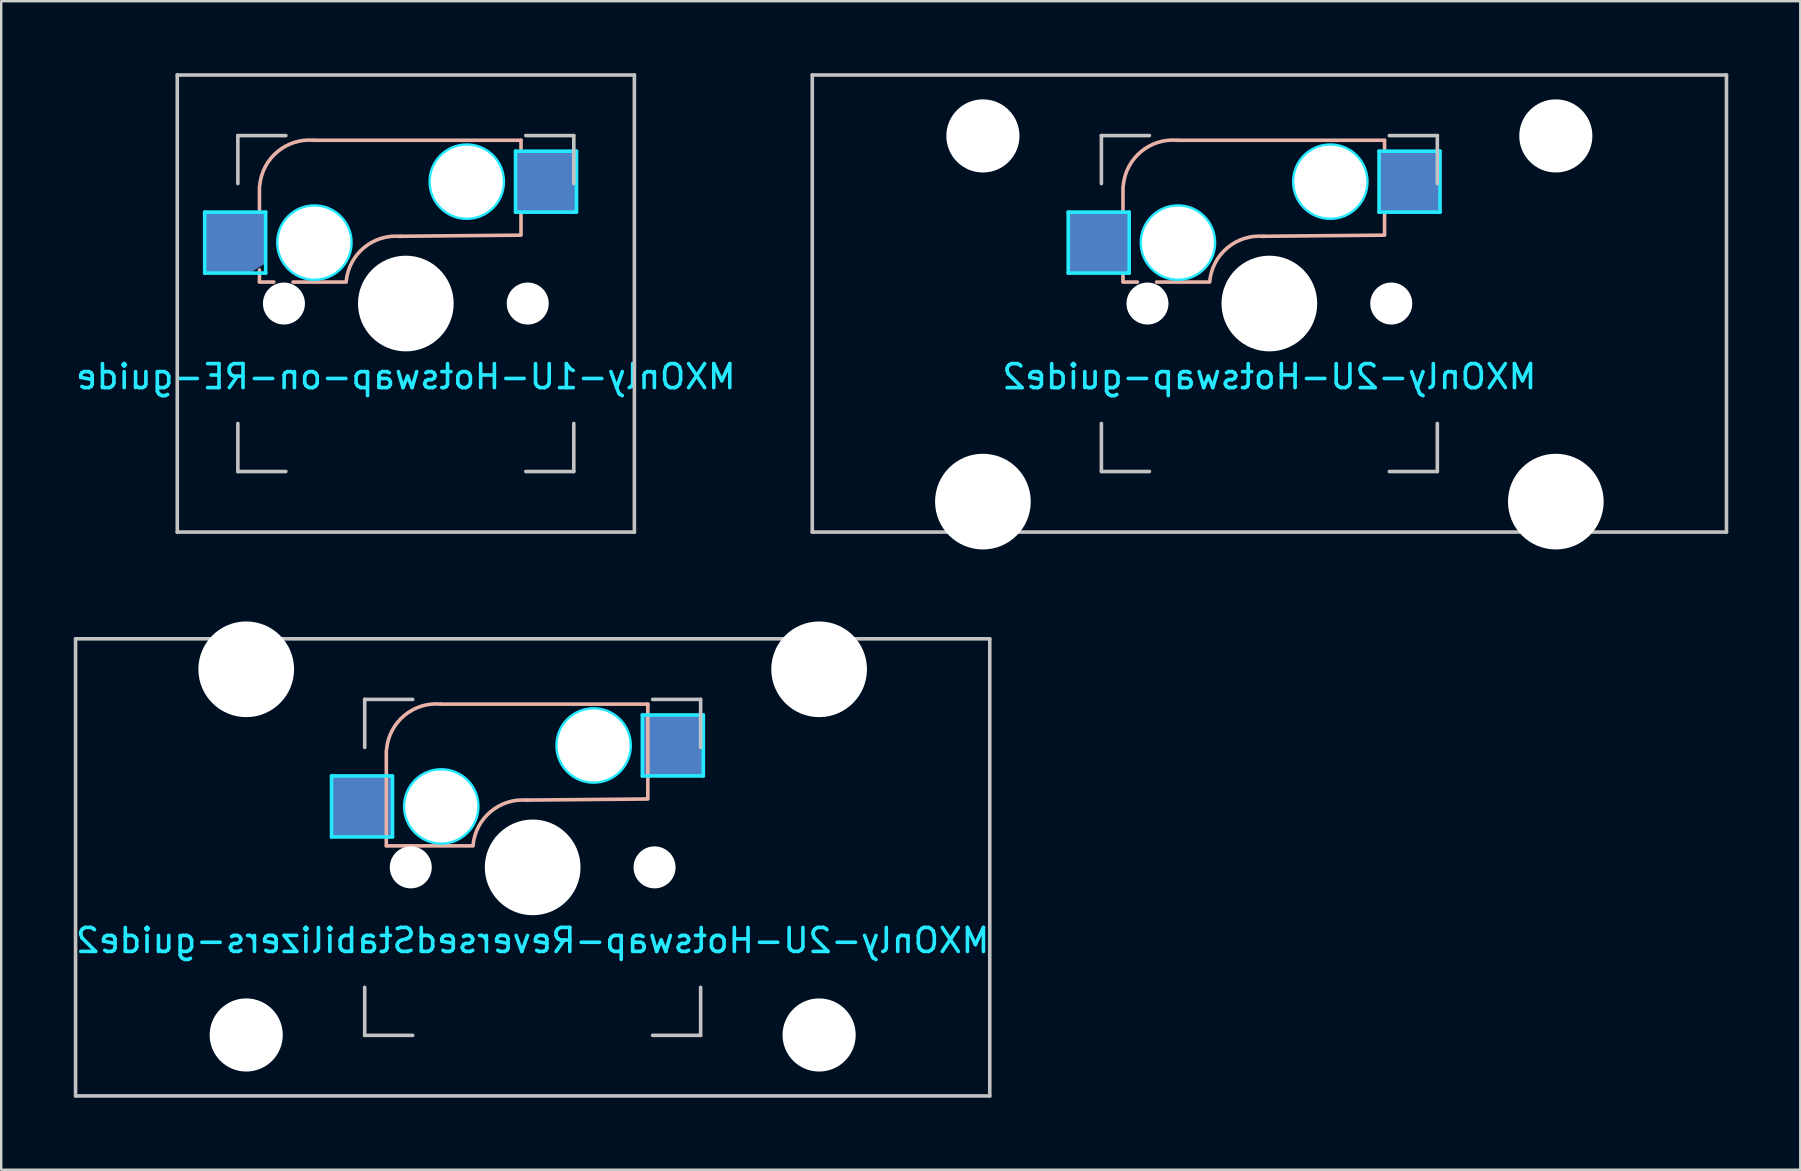
<source format=kicad_pcb>
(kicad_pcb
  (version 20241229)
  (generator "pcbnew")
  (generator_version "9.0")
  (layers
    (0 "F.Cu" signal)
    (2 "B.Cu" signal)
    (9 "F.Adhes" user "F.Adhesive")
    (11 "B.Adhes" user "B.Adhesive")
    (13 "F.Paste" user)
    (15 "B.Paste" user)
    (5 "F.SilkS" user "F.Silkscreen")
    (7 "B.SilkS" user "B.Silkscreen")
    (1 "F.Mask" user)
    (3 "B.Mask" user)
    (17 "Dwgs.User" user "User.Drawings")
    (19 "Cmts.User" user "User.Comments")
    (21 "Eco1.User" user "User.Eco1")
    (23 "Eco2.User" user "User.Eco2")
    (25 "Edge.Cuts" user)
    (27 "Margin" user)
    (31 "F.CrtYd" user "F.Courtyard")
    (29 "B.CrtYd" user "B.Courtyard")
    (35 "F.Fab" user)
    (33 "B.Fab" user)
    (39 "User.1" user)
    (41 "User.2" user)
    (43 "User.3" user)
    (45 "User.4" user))
  (footprint "MXOnly-2U-Hotswap-guide2"
    (layer "F.Cu")
    (at 49.851 9.6)
    (property "Reference" "MXOnly-2U-Hotswap-guide2" (at 0 3.048 0) (layer "B.CrtYd") (effects (font (size 1 1) (thickness 0.15)) (justify mirror)))
    (attr smd)
    (fp_line (start -6.1 -4.85) (end -6.1 -3.9) (stroke (width 0.15) (type solid)) (layer "B.SilkS"))
    (fp_line (start -6.1 -1.2) (end -6.1 -0.905) (stroke (width 0.15) (type solid)) (layer "B.SilkS"))
    (fp_line (start -6.1 -0.896) (end -5.5 -0.896) (stroke (width 0.15) (type solid)) (layer "B.SilkS"))
    (fp_line (start -4.7 -0.896) (end -2.49 -0.896) (stroke (width 0.15) (type solid)) (layer "B.SilkS"))
    (fp_line (start 4.8 -6.804) (end -3.825 -6.804) (stroke (width 0.15) (type solid)) (layer "B.SilkS"))
    (fp_line (start 4.8 -6.45) (end 4.8 -6.804) (stroke (width 0.15) (type solid)) (layer "B.SilkS"))
    (fp_line (start 4.8 -2.896) (end 4.8 -3.7) (stroke (width 0.15) (type solid)) (layer "B.SilkS"))
    (fp_line (start 4.8 -2.85) (end -0.25 -2.804) (stroke (width 0.15) (type solid)) (layer "B.SilkS"))
    (fp_arc (start -6.089 -4.92) (mid -5.347189 -6.33089) (end -3.825 -6.804) (stroke (width 0.15) (type solid)) (layer "B.SilkS"))
    (fp_arc (start -2.485 -0.92) (mid -1.744361 -2.328061) (end -0.225 -2.8) (stroke (width 0.15) (type solid)) (layer "B.SilkS"))
    (fp_line (start -19.05 -9.525) (end 19.05 -9.525) (stroke (width 0.15) (type solid)) (layer "Dwgs.User"))
    (fp_line (start -19.05 9.525) (end -19.05 -9.525) (stroke (width 0.15) (type solid)) (layer "Dwgs.User"))
    (fp_line (start -7 -7) (end -7 -5) (stroke (width 0.15) (type solid)) (layer "Dwgs.User"))
    (fp_line (start -7 5) (end -7 7) (stroke (width 0.15) (type solid)) (layer "Dwgs.User"))
    (fp_line (start -7 7) (end -5 7) (stroke (width 0.15) (type solid)) (layer "Dwgs.User"))
    (fp_line (start -5 -7) (end -7 -7) (stroke (width 0.15) (type solid)) (layer "Dwgs.User"))
    (fp_line (start 5 -7) (end 7 -7) (stroke (width 0.15) (type solid)) (layer "Dwgs.User"))
    (fp_line (start 5 7) (end 7 7) (stroke (width 0.15) (type solid)) (layer "Dwgs.User"))
    (fp_line (start 7 -7) (end 7 -5) (stroke (width 0.15) (type solid)) (layer "Dwgs.User"))
    (fp_line (start 7 7) (end 7 5) (stroke (width 0.15) (type solid)) (layer "Dwgs.User"))
    (fp_line (start 19.05 -9.525) (end 19.05 9.525) (stroke (width 0.15) (type solid)) (layer "Dwgs.User"))
    (fp_line (start 19.05 9.525) (end -19.05 9.525) (stroke (width 0.15) (type solid)) (layer "Dwgs.User"))
    (fp_rect (start -14.986 -9.144) (end -8.89 9.144) (stroke (width 0.12) (type solid)) (fill no) (layer "Eco1.User"))
    (fp_rect (start 8.89 -9.144) (end 14.986 9.144) (stroke (width 0.12) (type solid)) (fill no) (layer "Eco1.User"))
    (fp_line (start -8.382 -3.81) (end -5.842 -3.81) (stroke (width 0.15) (type solid)) (layer "B.CrtYd"))
    (fp_line (start -8.382 -1.27) (end -8.382 -3.81) (stroke (width 0.15) (type solid)) (layer "B.CrtYd"))
    (fp_line (start -5.842 -3.81) (end -5.842 -1.27) (stroke (width 0.15) (type solid)) (layer "B.CrtYd"))
    (fp_line (start -5.842 -1.27) (end -8.382 -1.27) (stroke (width 0.15) (type solid)) (layer "B.CrtYd"))
    (fp_line (start 4.572 -6.35) (end 7.112 -6.35) (stroke (width 0.15) (type solid)) (layer "B.CrtYd"))
    (fp_line (start 4.572 -3.81) (end 4.572 -6.35) (stroke (width 0.15) (type solid)) (layer "B.CrtYd"))
    (fp_line (start 7.112 -6.35) (end 7.112 -3.81) (stroke (width 0.15) (type solid)) (layer "B.CrtYd"))
    (fp_line (start 7.112 -3.81) (end 4.572 -3.81) (stroke (width 0.15) (type solid)) (layer "B.CrtYd"))
    (fp_circle (center -3.81 -2.54) (end -3.81 -4.064) (stroke (width 0.15) (type solid)) (fill no) (layer "B.CrtYd"))
    (fp_circle (center 2.54 -5.08) (end 2.54 -6.604) (stroke (width 0.15) (type solid)) (fill no) (layer "B.CrtYd"))
    (pad "" np_thru_hole circle (at -11.938 -6.985) (size 3.048 3.048) (drill 3.048) (layers "*.Cu" "*.Mask"))
    (pad "" np_thru_hole circle (at -11.938 8.255) (size 3.988 3.988) (drill 3.988) (layers "*.Cu" "*.Mask"))
    (pad "" np_thru_hole circle (at -5.08 0 48.1) (size 1.75 1.75) (drill 1.75) (layers "*.Cu" "*.Mask"))
    (pad "" np_thru_hole circle (at -3.81 -2.54) (size 3 3) (drill 3) (layers "*.Cu" "*.Mask"))
    (pad "" np_thru_hole circle (at 0 0) (size 3.988 3.988) (drill 3.988) (layers "*.Cu" "*.Mask"))
    (pad "" np_thru_hole circle (at 2.54 -5.08) (size 3 3) (drill 3) (layers "*.Cu" "*.Mask"))
    (pad "" np_thru_hole circle (at 5.08 0 48.1) (size 1.75 1.75) (drill 1.75) (layers "*.Cu" "*.Mask"))
    (pad "" np_thru_hole circle (at 11.938 -6.985) (size 3.048 3.048) (drill 3.048) (layers "*.Cu" "*.Mask"))
    (pad "" np_thru_hole circle (at 11.938 8.255) (size 3.988 3.988) (drill 3.988) (layers "*.Cu" "*.Mask"))
    (pad "1" smd rect (at -7.085 -2.54) (size 2.55 2.5) (layers "B.Cu" "B.Mask" "B.Paste"))
    (pad "2" smd rect (at 5.842 -5.08) (size 2.55 2.5) (layers "B.Cu" "B.Mask" "B.Paste")))
  (footprint "MXOnly-1U-Hotswap-on-RE-guide"
    (layer "F.Cu")
    (at 13.863 9.6)
    (property "Reference" "MXOnly-1U-Hotswap-on-RE-guide" (at 0 3.048 0) (layer "B.CrtYd") (effects (font (size 1 1) (thickness 0.15)) (justify mirror)))
    (attr smd)
    (fp_line (start -6.1 -4.85) (end -6.1 -3.9) (stroke (width 0.15) (type solid)) (layer "B.SilkS"))
    (fp_line (start -6.1 -1.4) (end -6.1 -0.905) (stroke (width 0.15) (type solid)) (layer "B.SilkS"))
    (fp_line (start -6.1 -0.896) (end -5.5 -0.896) (stroke (width 0.15) (type solid)) (layer "B.SilkS"))
    (fp_line (start -4.7 -0.896) (end -2.49 -0.896) (stroke (width 0.15) (type solid)) (layer "B.SilkS"))
    (fp_line (start 4.8 -6.804) (end -3.825 -6.804) (stroke (width 0.15) (type solid)) (layer "B.SilkS"))
    (fp_line (start 4.8 -6.45) (end 4.8 -6.804) (stroke (width 0.15) (type solid)) (layer "B.SilkS"))
    (fp_line (start 4.8 -2.896) (end 4.8 -3.7) (stroke (width 0.15) (type solid)) (layer "B.SilkS"))
    (fp_line (start 4.8 -2.85) (end -0.25 -2.804) (stroke (width 0.15) (type solid)) (layer "B.SilkS"))
    (fp_arc (start -6.089 -4.92) (mid -5.347189 -6.33089) (end -3.825 -6.804) (stroke (width 0.15) (type solid)) (layer "B.SilkS"))
    (fp_arc (start -2.485 -0.92) (mid -1.744361 -2.328061) (end -0.225 -2.8) (stroke (width 0.15) (type solid)) (layer "B.SilkS"))
    (fp_line (start -9.525 -9.525) (end 9.525 -9.525) (stroke (width 0.15) (type solid)) (layer "Dwgs.User"))
    (fp_line (start -9.525 9.525) (end -9.525 -9.525) (stroke (width 0.15) (type solid)) (layer "Dwgs.User"))
    (fp_line (start -7 -7) (end -7 -5) (stroke (width 0.15) (type solid)) (layer "Dwgs.User"))
    (fp_line (start -7 5) (end -7 7) (stroke (width 0.15) (type solid)) (layer "Dwgs.User"))
    (fp_line (start -7 7) (end -5 7) (stroke (width 0.15) (type solid)) (layer "Dwgs.User"))
    (fp_line (start -5 -7) (end -7 -7) (stroke (width 0.15) (type solid)) (layer "Dwgs.User"))
    (fp_line (start 5 -7) (end 7 -7) (stroke (width 0.15) (type solid)) (layer "Dwgs.User"))
    (fp_line (start 5 7) (end 7 7) (stroke (width 0.15) (type solid)) (layer "Dwgs.User"))
    (fp_line (start 7 -7) (end 7 -5) (stroke (width 0.15) (type solid)) (layer "Dwgs.User"))
    (fp_line (start 7 7) (end 7 5) (stroke (width 0.15) (type solid)) (layer "Dwgs.User"))
    (fp_line (start 9.525 -9.525) (end 9.525 9.525) (stroke (width 0.15) (type solid)) (layer "Dwgs.User"))
    (fp_line (start 9.525 9.525) (end -9.525 9.525) (stroke (width 0.15) (type solid)) (layer "Dwgs.User"))
    (fp_line (start -8.382 -3.81) (end -8.382 -1.27) (stroke (width 0.15) (type solid)) (layer "B.CrtYd"))
    (fp_line (start -8.382 -1.27) (end -5.842 -1.27) (stroke (width 0.15) (type solid)) (layer "B.CrtYd"))
    (fp_line (start -5.842 -3.81) (end -8.382 -3.81) (stroke (width 0.15) (type solid)) (layer "B.CrtYd"))
    (fp_line (start -5.842 -1.27) (end -5.842 -3.81) (stroke (width 0.15) (type solid)) (layer "B.CrtYd"))
    (fp_line (start 4.572 -6.35) (end 7.112 -6.35) (stroke (width 0.15) (type solid)) (layer "B.CrtYd"))
    (fp_line (start 4.572 -3.81) (end 4.572 -6.35) (stroke (width 0.15) (type solid)) (layer "B.CrtYd"))
    (fp_line (start 7.112 -6.35) (end 7.112 -3.81) (stroke (width 0.15) (type solid)) (layer "B.CrtYd"))
    (fp_line (start 7.112 -3.81) (end 4.572 -3.81) (stroke (width 0.15) (type solid)) (layer "B.CrtYd"))
    (fp_circle (center -3.81 -2.54) (end -3.81 -4.064) (stroke (width 0.15) (type solid)) (fill no) (layer "B.CrtYd"))
    (fp_circle (center 2.54 -5.08) (end 2.54 -6.604) (stroke (width 0.15) (type solid)) (fill no) (layer "B.CrtYd"))
    (pad "" np_thru_hole circle (at -5.08 0 48.1) (size 1.75 1.75) (drill 1.75) (layers "*.Cu" "*.Mask"))
    (pad "" np_thru_hole circle (at -3.81 -2.54) (size 3 3) (drill 3) (layers "*.Cu" "*.Mask"))
    (pad "" np_thru_hole circle (at 0 0) (size 3.988 3.988) (drill 3.988) (layers "*.Cu" "*.Mask"))
    (pad "" np_thru_hole circle (at 2.54 -5.08) (size 3 3) (drill 3) (layers "*.Cu" "*.Mask"))
    (pad "" np_thru_hole circle (at 5.08 0 48.1) (size 1.75 1.75) (drill 1.75) (layers "*.Cu" "*.Mask"))
    (pad "1" smd custom (at -7.085 -2.54) (size 2 2) (layers "B.Cu" "B.Mask" "B.Paste") (options (anchor rect)) (primitives (gr_poly (pts (xy -1.22 -1.19) (xy 1.22 -1.19) (xy 1.22 0.8) (xy 0.6 1.19) (xy -1.22 1.19)) (width 0.12) (fill yes))))
    (pad "2" smd rect (at 5.842 -5.08) (size 2.55 2.5) (layers "B.Cu" "B.Mask" "B.Paste")))
  (footprint "MXOnly-2U-Hotswap-ReversedStabilizers-guide2"
    (layer "F.Cu")
    (at 19.149 33.098)
    (property "Reference" "MXOnly-2U-Hotswap-ReversedStabilizers-guide2" (at 0 3.048 0) (layer "B.CrtYd") (effects (font (size 1 1) (thickness 0.15)) (justify mirror)))
    (attr smd)
    (fp_line (start -6.1 -4.85) (end -6.1 -0.905) (stroke (width 0.15) (type solid)) (layer "B.SilkS"))
    (fp_line (start -6.1 -0.896) (end -2.49 -0.896) (stroke (width 0.15) (type solid)) (layer "B.SilkS"))
    (fp_line (start 4.8 -6.804) (end -3.825 -6.804) (stroke (width 0.15) (type solid)) (layer "B.SilkS"))
    (fp_line (start 4.8 -2.896) (end 4.8 -6.804) (stroke (width 0.15) (type solid)) (layer "B.SilkS"))
    (fp_line (start 4.8 -2.85) (end -0.25 -2.804) (stroke (width 0.15) (type solid)) (layer "B.SilkS"))
    (fp_arc (start -6.089 -4.92) (mid -5.347189 -6.33089) (end -3.825 -6.804) (stroke (width 0.15) (type solid)) (layer "B.SilkS"))
    (fp_arc (start -2.485 -0.92) (mid -1.744361 -2.328061) (end -0.225 -2.8) (stroke (width 0.15) (type solid)) (layer "B.SilkS"))
    (fp_line (start -19.05 -9.525) (end 19.05 -9.525) (stroke (width 0.15) (type solid)) (layer "Dwgs.User"))
    (fp_line (start -19.05 9.525) (end -19.05 -9.525) (stroke (width 0.15) (type solid)) (layer "Dwgs.User"))
    (fp_line (start -7 -7) (end -7 -5) (stroke (width 0.15) (type solid)) (layer "Dwgs.User"))
    (fp_line (start -7 5) (end -7 7) (stroke (width 0.15) (type solid)) (layer "Dwgs.User"))
    (fp_line (start -7 7) (end -5 7) (stroke (width 0.15) (type solid)) (layer "Dwgs.User"))
    (fp_line (start -5 -7) (end -7 -7) (stroke (width 0.15) (type solid)) (layer "Dwgs.User"))
    (fp_line (start 5 -7) (end 7 -7) (stroke (width 0.15) (type solid)) (layer "Dwgs.User"))
    (fp_line (start 5 7) (end 7 7) (stroke (width 0.15) (type solid)) (layer "Dwgs.User"))
    (fp_line (start 7 -7) (end 7 -5) (stroke (width 0.15) (type solid)) (layer "Dwgs.User"))
    (fp_line (start 7 7) (end 7 5) (stroke (width 0.15) (type solid)) (layer "Dwgs.User"))
    (fp_line (start 19.05 -9.525) (end 19.05 9.525) (stroke (width 0.15) (type solid)) (layer "Dwgs.User"))
    (fp_line (start 19.05 9.525) (end -19.05 9.525) (stroke (width 0.15) (type solid)) (layer "Dwgs.User"))
    (fp_rect (start -14.986 -9.144) (end -8.89 9.144) (stroke (width 0.12) (type solid)) (fill no) (layer "Eco1.User"))
    (fp_rect (start 8.89 -9.144) (end 14.986 9.144) (stroke (width 0.12) (type solid)) (fill no) (layer "Eco1.User"))
    (fp_line (start -8.382 -3.81) (end -5.842 -3.81) (stroke (width 0.15) (type solid)) (layer "B.CrtYd"))
    (fp_line (start -8.382 -1.27) (end -8.382 -3.81) (stroke (width 0.15) (type solid)) (layer "B.CrtYd"))
    (fp_line (start -5.842 -3.81) (end -5.842 -1.27) (stroke (width 0.15) (type solid)) (layer "B.CrtYd"))
    (fp_line (start -5.842 -1.27) (end -8.382 -1.27) (stroke (width 0.15) (type solid)) (layer "B.CrtYd"))
    (fp_line (start 4.572 -6.35) (end 7.112 -6.35) (stroke (width 0.15) (type solid)) (layer "B.CrtYd"))
    (fp_line (start 4.572 -3.81) (end 4.572 -6.35) (stroke (width 0.15) (type solid)) (layer "B.CrtYd"))
    (fp_line (start 7.112 -6.35) (end 7.112 -3.81) (stroke (width 0.15) (type solid)) (layer "B.CrtYd"))
    (fp_line (start 7.112 -3.81) (end 4.572 -3.81) (stroke (width 0.15) (type solid)) (layer "B.CrtYd"))
    (fp_circle (center -3.81 -2.54) (end -3.81 -4.064) (stroke (width 0.15) (type solid)) (fill no) (layer "B.CrtYd"))
    (fp_circle (center 2.54 -5.08) (end 2.54 -6.604) (stroke (width 0.15) (type solid)) (fill no) (layer "B.CrtYd"))
    (pad "" np_thru_hole circle (at -11.938 -8.255) (size 3.988 3.988) (drill 3.988) (layers "*.Cu" "*.Mask"))
    (pad "" np_thru_hole circle (at -11.938 6.985) (size 3.048 3.048) (drill 3.048) (layers "*.Cu" "*.Mask"))
    (pad "" np_thru_hole circle (at -5.08 0 48.1) (size 1.75 1.75) (drill 1.75) (layers "*.Cu" "*.Mask"))
    (pad "" np_thru_hole circle (at -3.81 -2.54) (size 3 3) (drill 3) (layers "*.Cu" "*.Mask"))
    (pad "" np_thru_hole circle (at 0 0) (size 3.988 3.988) (drill 3.988) (layers "*.Cu" "*.Mask"))
    (pad "" np_thru_hole circle (at 2.54 -5.08) (size 3 3) (drill 3) (layers "*.Cu" "*.Mask"))
    (pad "" np_thru_hole circle (at 5.08 0 48.1) (size 1.75 1.75) (drill 1.75) (layers "*.Cu" "*.Mask"))
    (pad "" np_thru_hole circle (at 11.938 -8.255) (size 3.988 3.988) (drill 3.988) (layers "*.Cu" "*.Mask"))
    (pad "" np_thru_hole circle (at 11.938 6.985) (size 3.048 3.048) (drill 3.048) (layers "*.Cu" "*.Mask"))
    (pad "1" smd rect (at -7.085 -2.54) (size 2.55 2.5) (layers "B.Cu" "B.Mask" "B.Paste"))
    (pad "2" smd rect (at 5.842 -5.08) (size 2.55 2.5) (layers "B.Cu" "B.Mask" "B.Paste")))
  (gr_rect
    (start -3 -3)
    (end 71.976 45.698)
    (stroke (width 0.1) (type default))
    (fill no)
    (layer "Edge.Cuts")))
</source>
